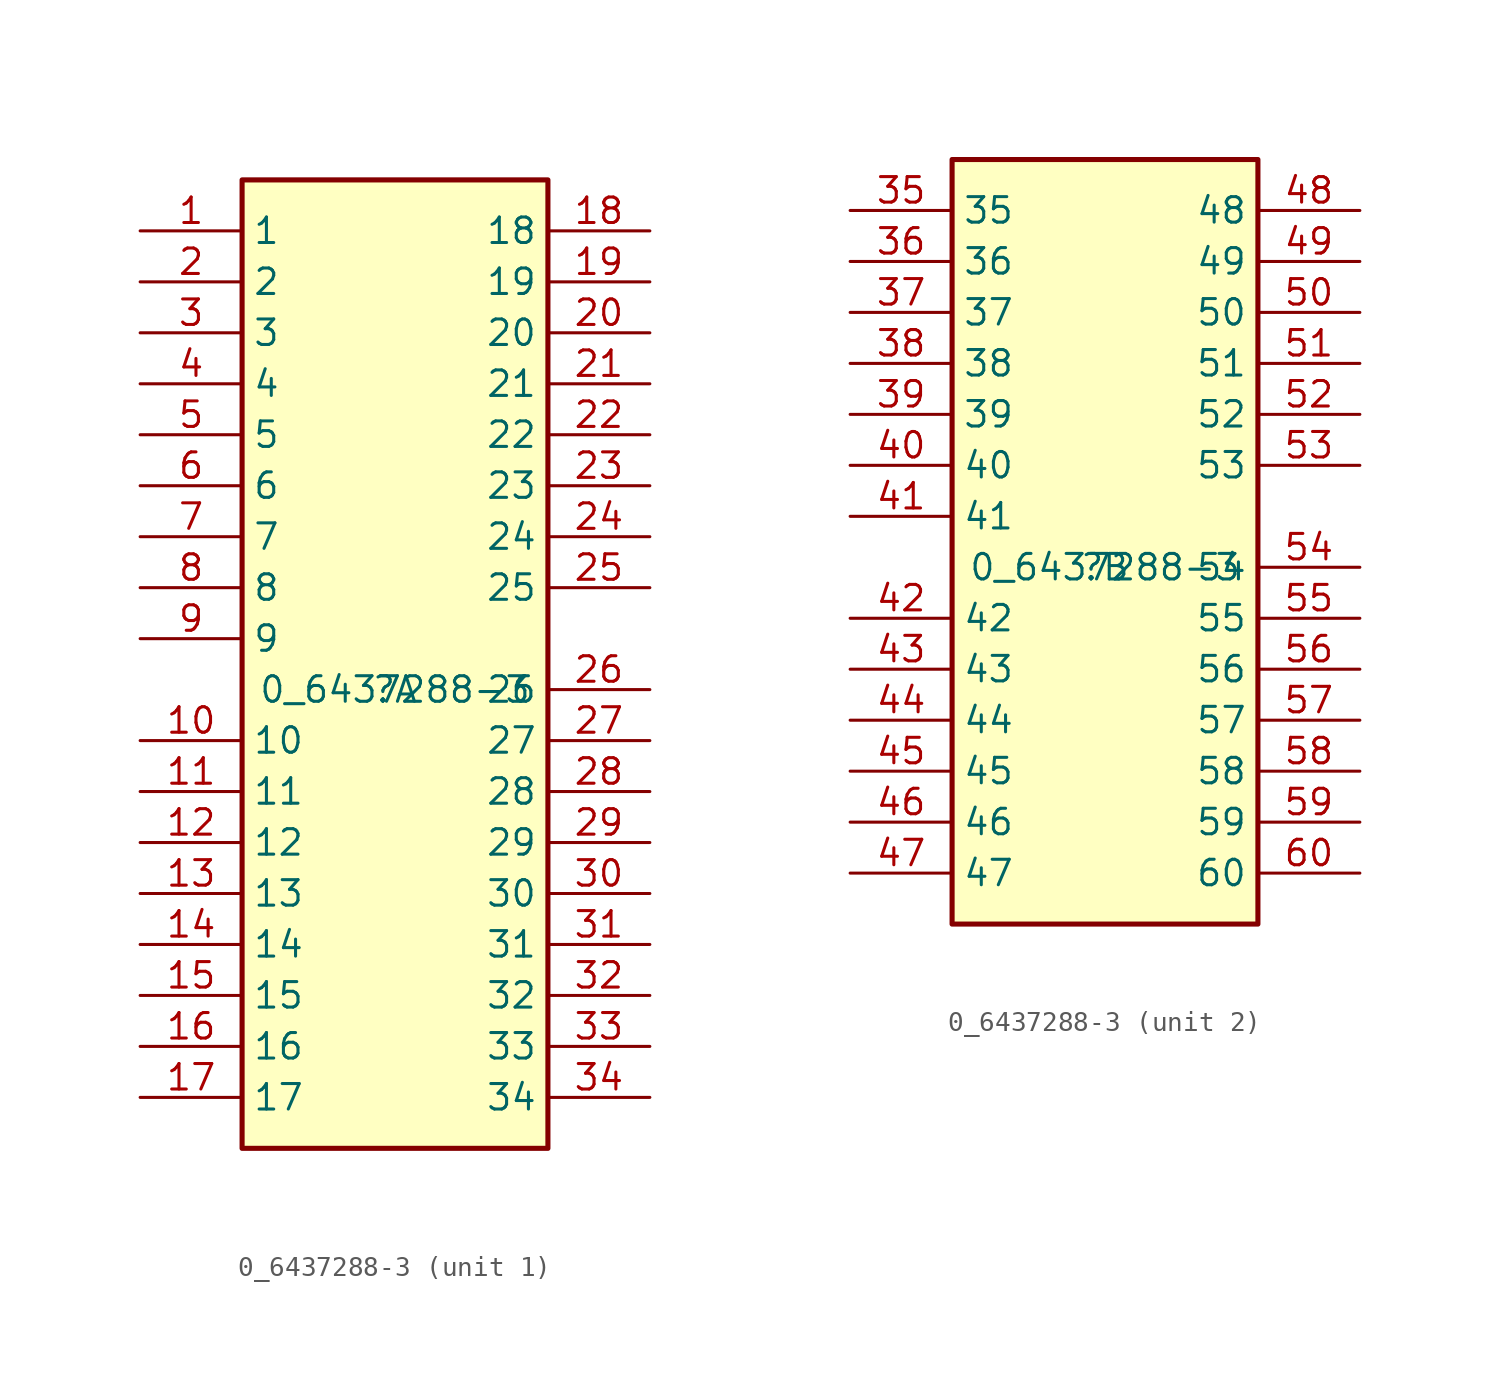
<source format=kicad_sym>
(kicad_symbol_lib
  (version 20211014)
  (generator kicad_symbol_editor)
  (symbol "0_6437288-3"
    (property "Reference" ""
      (at 0 0 0)
      (effects (font (size 1.27 1.27))))
    (property "Value" "0_6437288-3"
      (at 0 0 0)
      (effects (font (size 1.27 1.27))))
    (symbol "0_6437288-3_1_0"
      (rectangle (start 7.62 25.4) (end -7.62 -22.86) (stroke (width 0.254) (type default) (color 0 0 0 0)) (fill (type background)))
      (pin passive line (at -12.7 22.86 0) (length 5.08) (name "1" (effects (font (size 1.27 1.27)))) (number "1" (effects (font (size 1.27 1.27)))))
      (pin passive line (at -12.7 -2.54 0) (length 5.08) (name "10" (effects (font (size 1.27 1.27)))) (number "10" (effects (font (size 1.27 1.27)))))
      (pin passive line (at -12.7 -5.08 0) (length 5.08) (name "11" (effects (font (size 1.27 1.27)))) (number "11" (effects (font (size 1.27 1.27)))))
      (pin passive line (at -12.7 -7.62 0) (length 5.08) (name "12" (effects (font (size 1.27 1.27)))) (number "12" (effects (font (size 1.27 1.27)))))
      (pin passive line (at -12.7 -10.16 0) (length 5.08) (name "13" (effects (font (size 1.27 1.27)))) (number "13" (effects (font (size 1.27 1.27)))))
      (pin passive line (at -12.7 -12.7 0) (length 5.08) (name "14" (effects (font (size 1.27 1.27)))) (number "14" (effects (font (size 1.27 1.27)))))
      (pin passive line (at -12.7 -15.24 0) (length 5.08) (name "15" (effects (font (size 1.27 1.27)))) (number "15" (effects (font (size 1.27 1.27)))))
      (pin passive line (at -12.7 -17.78 0) (length 5.08) (name "16" (effects (font (size 1.27 1.27)))) (number "16" (effects (font (size 1.27 1.27)))))
      (pin passive line (at -12.7 -20.32 0) (length 5.08) (name "17" (effects (font (size 1.27 1.27)))) (number "17" (effects (font (size 1.27 1.27)))))
      (pin passive line (at 12.7 22.86 180) (length 5.08) (name "18" (effects (font (size 1.27 1.27)))) (number "18" (effects (font (size 1.27 1.27)))))
      (pin passive line (at 12.7 20.32 180) (length 5.08) (name "19" (effects (font (size 1.27 1.27)))) (number "19" (effects (font (size 1.27 1.27)))))
      (pin passive line (at -12.7 20.32 0) (length 5.08) (name "2" (effects (font (size 1.27 1.27)))) (number "2" (effects (font (size 1.27 1.27)))))
      (pin passive line (at 12.7 17.78 180) (length 5.08) (name "20" (effects (font (size 1.27 1.27)))) (number "20" (effects (font (size 1.27 1.27)))))
      (pin passive line (at 12.7 15.24 180) (length 5.08) (name "21" (effects (font (size 1.27 1.27)))) (number "21" (effects (font (size 1.27 1.27)))))
      (pin passive line (at 12.7 12.7 180) (length 5.08) (name "22" (effects (font (size 1.27 1.27)))) (number "22" (effects (font (size 1.27 1.27)))))
      (pin passive line (at 12.7 10.16 180) (length 5.08) (name "23" (effects (font (size 1.27 1.27)))) (number "23" (effects (font (size 1.27 1.27)))))
      (pin passive line (at 12.7 7.62 180) (length 5.08) (name "24" (effects (font (size 1.27 1.27)))) (number "24" (effects (font (size 1.27 1.27)))))
      (pin passive line (at 12.7 5.08 180) (length 5.08) (name "25" (effects (font (size 1.27 1.27)))) (number "25" (effects (font (size 1.27 1.27)))))
      (pin passive line (at 12.7 0 180) (length 5.08) (name "26" (effects (font (size 1.27 1.27)))) (number "26" (effects (font (size 1.27 1.27)))))
      (pin passive line (at 12.7 -2.54 180) (length 5.08) (name "27" (effects (font (size 1.27 1.27)))) (number "27" (effects (font (size 1.27 1.27)))))
      (pin passive line (at 12.7 -5.08 180) (length 5.08) (name "28" (effects (font (size 1.27 1.27)))) (number "28" (effects (font (size 1.27 1.27)))))
      (pin passive line (at 12.7 -7.62 180) (length 5.08) (name "29" (effects (font (size 1.27 1.27)))) (number "29" (effects (font (size 1.27 1.27)))))
      (pin passive line (at -12.7 17.78 0) (length 5.08) (name "3" (effects (font (size 1.27 1.27)))) (number "3" (effects (font (size 1.27 1.27)))))
      (pin passive line (at 12.7 -10.16 180) (length 5.08) (name "30" (effects (font (size 1.27 1.27)))) (number "30" (effects (font (size 1.27 1.27)))))
      (pin passive line (at 12.7 -12.7 180) (length 5.08) (name "31" (effects (font (size 1.27 1.27)))) (number "31" (effects (font (size 1.27 1.27)))))
      (pin passive line (at 12.7 -15.24 180) (length 5.08) (name "32" (effects (font (size 1.27 1.27)))) (number "32" (effects (font (size 1.27 1.27)))))
      (pin passive line (at 12.7 -17.78 180) (length 5.08) (name "33" (effects (font (size 1.27 1.27)))) (number "33" (effects (font (size 1.27 1.27)))))
      (pin passive line (at 12.7 -20.32 180) (length 5.08) (name "34" (effects (font (size 1.27 1.27)))) (number "34" (effects (font (size 1.27 1.27)))))
      (pin passive line (at -12.7 15.24 0) (length 5.08) (name "4" (effects (font (size 1.27 1.27)))) (number "4" (effects (font (size 1.27 1.27)))))
      (pin passive line (at -12.7 12.7 0) (length 5.08) (name "5" (effects (font (size 1.27 1.27)))) (number "5" (effects (font (size 1.27 1.27)))))
      (pin passive line (at -12.7 10.16 0) (length 5.08) (name "6" (effects (font (size 1.27 1.27)))) (number "6" (effects (font (size 1.27 1.27)))))
      (pin passive line (at -12.7 7.62 0) (length 5.08) (name "7" (effects (font (size 1.27 1.27)))) (number "7" (effects (font (size 1.27 1.27)))))
      (pin passive line (at -12.7 5.08 0) (length 5.08) (name "8" (effects (font (size 1.27 1.27)))) (number "8" (effects (font (size 1.27 1.27)))))
      (pin passive line (at -12.7 2.54 0) (length 5.08) (name "9" (effects (font (size 1.27 1.27)))) (number "9" (effects (font (size 1.27 1.27))))))
    (symbol "0_6437288-3_2_0"
      (rectangle (start 7.62 20.32) (end -7.62 -17.78) (stroke (width 0.254) (type default) (color 0 0 0 0)) (fill (type background)))
      (pin passive line (at -12.7 17.78 0) (length 5.08) (name "35" (effects (font (size 1.27 1.27)))) (number "35" (effects (font (size 1.27 1.27)))))
      (pin passive line (at -12.7 15.24 0) (length 5.08) (name "36" (effects (font (size 1.27 1.27)))) (number "36" (effects (font (size 1.27 1.27)))))
      (pin passive line (at -12.7 12.7 0) (length 5.08) (name "37" (effects (font (size 1.27 1.27)))) (number "37" (effects (font (size 1.27 1.27)))))
      (pin passive line (at -12.7 10.16 0) (length 5.08) (name "38" (effects (font (size 1.27 1.27)))) (number "38" (effects (font (size 1.27 1.27)))))
      (pin passive line (at -12.7 7.62 0) (length 5.08) (name "39" (effects (font (size 1.27 1.27)))) (number "39" (effects (font (size 1.27 1.27)))))
      (pin passive line (at -12.7 5.08 0) (length 5.08) (name "40" (effects (font (size 1.27 1.27)))) (number "40" (effects (font (size 1.27 1.27)))))
      (pin passive line (at -12.7 2.54 0) (length 5.08) (name "41" (effects (font (size 1.27 1.27)))) (number "41" (effects (font (size 1.27 1.27)))))
      (pin passive line (at -12.7 -2.54 0) (length 5.08) (name "42" (effects (font (size 1.27 1.27)))) (number "42" (effects (font (size 1.27 1.27)))))
      (pin passive line (at -12.7 -5.08 0) (length 5.08) (name "43" (effects (font (size 1.27 1.27)))) (number "43" (effects (font (size 1.27 1.27)))))
      (pin passive line (at -12.7 -7.62 0) (length 5.08) (name "44" (effects (font (size 1.27 1.27)))) (number "44" (effects (font (size 1.27 1.27)))))
      (pin passive line (at -12.7 -10.16 0) (length 5.08) (name "45" (effects (font (size 1.27 1.27)))) (number "45" (effects (font (size 1.27 1.27)))))
      (pin passive line (at -12.7 -12.7 0) (length 5.08) (name "46" (effects (font (size 1.27 1.27)))) (number "46" (effects (font (size 1.27 1.27)))))
      (pin passive line (at -12.7 -15.24 0) (length 5.08) (name "47" (effects (font (size 1.27 1.27)))) (number "47" (effects (font (size 1.27 1.27)))))
      (pin passive line (at 12.7 17.78 180) (length 5.08) (name "48" (effects (font (size 1.27 1.27)))) (number "48" (effects (font (size 1.27 1.27)))))
      (pin passive line (at 12.7 15.24 180) (length 5.08) (name "49" (effects (font (size 1.27 1.27)))) (number "49" (effects (font (size 1.27 1.27)))))
      (pin passive line (at 12.7 12.7 180) (length 5.08) (name "50" (effects (font (size 1.27 1.27)))) (number "50" (effects (font (size 1.27 1.27)))))
      (pin passive line (at 12.7 10.16 180) (length 5.08) (name "51" (effects (font (size 1.27 1.27)))) (number "51" (effects (font (size 1.27 1.27)))))
      (pin passive line (at 12.7 7.62 180) (length 5.08) (name "52" (effects (font (size 1.27 1.27)))) (number "52" (effects (font (size 1.27 1.27)))))
      (pin passive line (at 12.7 5.08 180) (length 5.08) (name "53" (effects (font (size 1.27 1.27)))) (number "53" (effects (font (size 1.27 1.27)))))
      (pin passive line (at 12.7 0 180) (length 5.08) (name "54" (effects (font (size 1.27 1.27)))) (number "54" (effects (font (size 1.27 1.27)))))
      (pin passive line (at 12.7 -2.54 180) (length 5.08) (name "55" (effects (font (size 1.27 1.27)))) (number "55" (effects (font (size 1.27 1.27)))))
      (pin passive line (at 12.7 -5.08 180) (length 5.08) (name "56" (effects (font (size 1.27 1.27)))) (number "56" (effects (font (size 1.27 1.27)))))
      (pin passive line (at 12.7 -7.62 180) (length 5.08) (name "57" (effects (font (size 1.27 1.27)))) (number "57" (effects (font (size 1.27 1.27)))))
      (pin passive line (at 12.7 -10.16 180) (length 5.08) (name "58" (effects (font (size 1.27 1.27)))) (number "58" (effects (font (size 1.27 1.27)))))
      (pin passive line (at 12.7 -12.7 180) (length 5.08) (name "59" (effects (font (size 1.27 1.27)))) (number "59" (effects (font (size 1.27 1.27)))))
      (pin passive line (at 12.7 -15.24 180) (length 5.08) (name "60" (effects (font (size 1.27 1.27)))) (number "60" (effects (font (size 1.27 1.27))))))))
</source>
